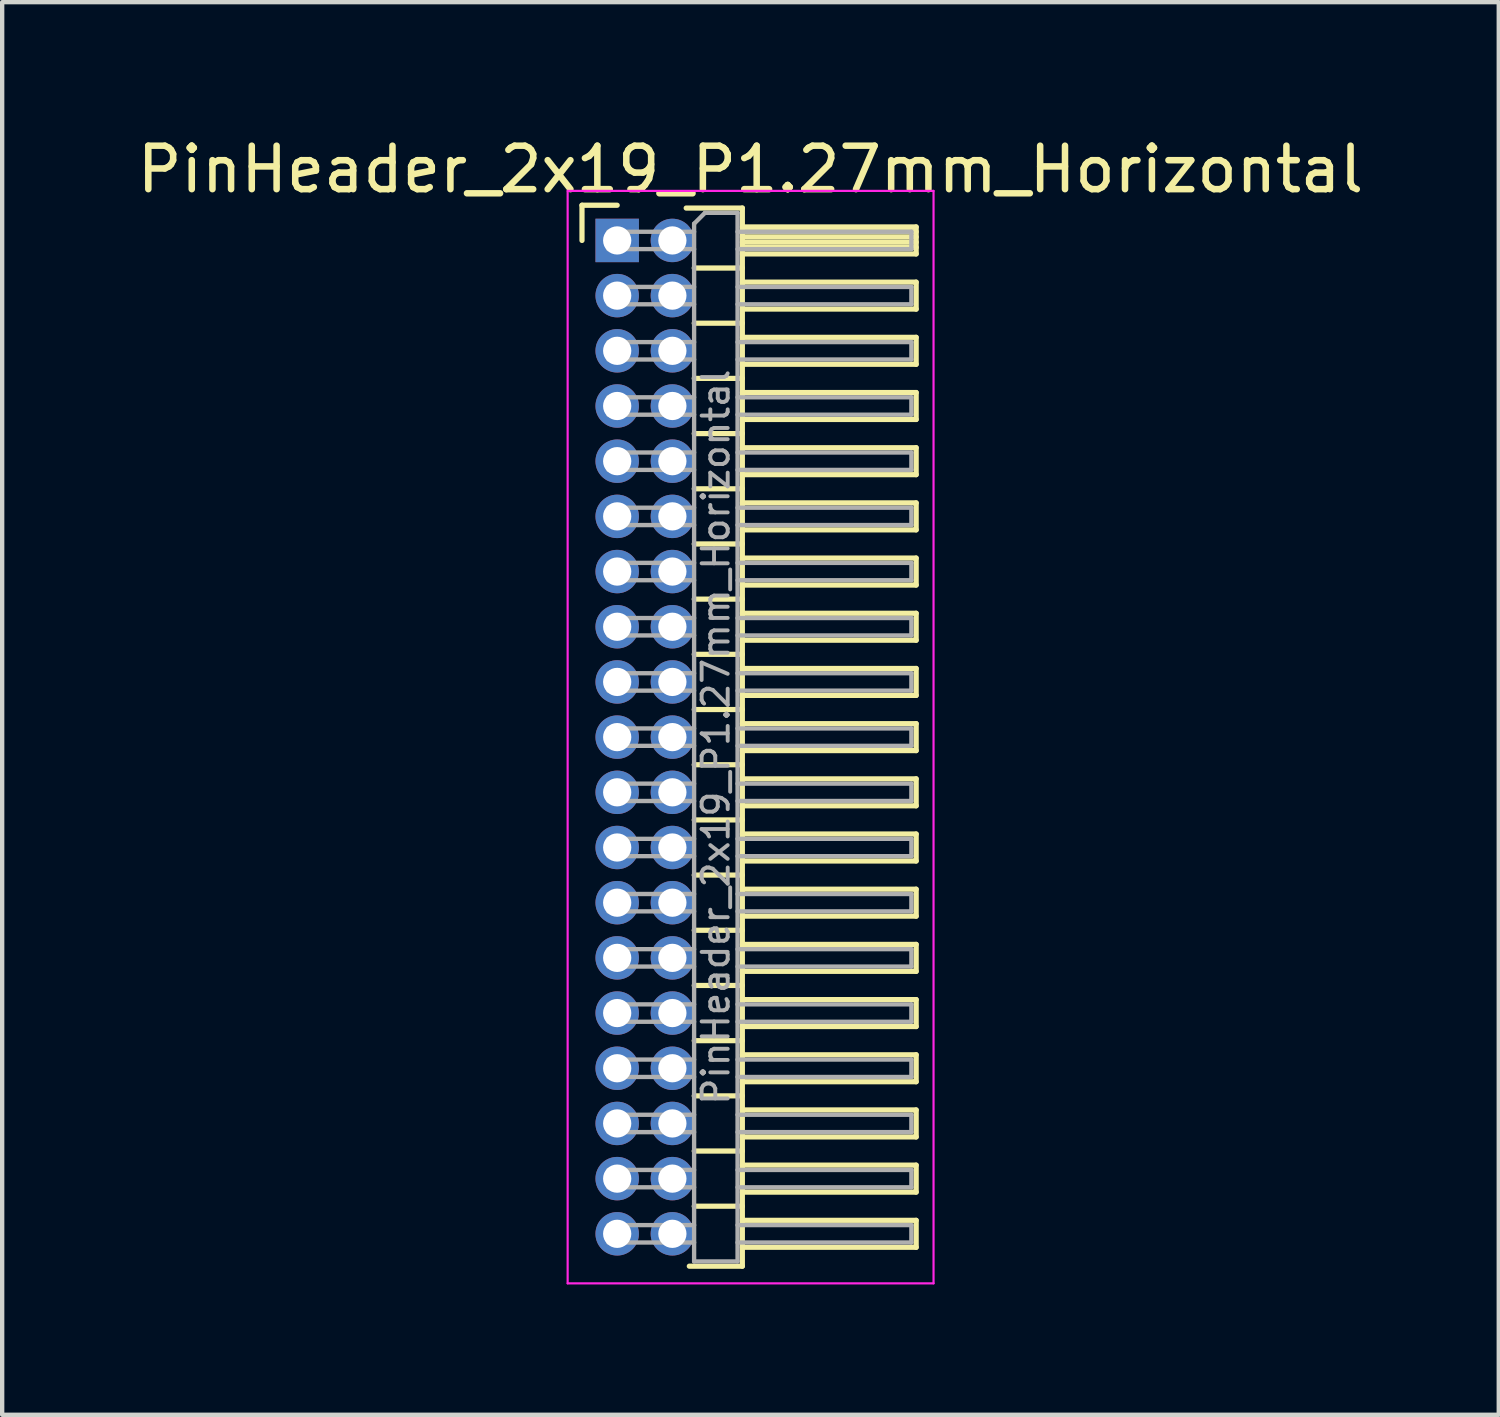
<source format=kicad_pcb>
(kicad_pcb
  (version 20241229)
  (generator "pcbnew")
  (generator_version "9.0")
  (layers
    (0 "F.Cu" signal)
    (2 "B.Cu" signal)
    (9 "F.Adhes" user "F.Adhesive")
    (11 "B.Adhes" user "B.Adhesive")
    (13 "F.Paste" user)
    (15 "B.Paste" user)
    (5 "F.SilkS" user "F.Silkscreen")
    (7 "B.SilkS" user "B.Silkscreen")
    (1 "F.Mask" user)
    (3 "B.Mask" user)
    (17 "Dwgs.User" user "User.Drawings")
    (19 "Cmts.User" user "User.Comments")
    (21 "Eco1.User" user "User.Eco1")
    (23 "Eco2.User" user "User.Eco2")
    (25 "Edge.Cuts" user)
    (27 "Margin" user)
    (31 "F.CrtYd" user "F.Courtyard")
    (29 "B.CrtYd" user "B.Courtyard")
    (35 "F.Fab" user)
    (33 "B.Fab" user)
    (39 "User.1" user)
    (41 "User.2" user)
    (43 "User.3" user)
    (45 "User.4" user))
  (footprint "PinHeader_2x19_P1.27mm_Horizontal"
    (layer "F.Cu")
    (at 11.153 2.483)
    (property "Reference" "PinHeader_2x19_P1.27mm_Horizontal" (at 3.067 -1.635 0) (layer "F.SilkS") (effects (font (size 1 1) (thickness 0.15))))
    (attr through_hole)
    (fp_line (start -0.81 -0.81) (end 0 -0.81) (stroke (width 0.12) (type solid)) (layer "F.SilkS"))
    (fp_line (start -0.81 0) (end -0.81 -0.81) (stroke (width 0.12) (type solid)) (layer "F.SilkS"))
    (fp_line (start 1.588 -0.745) (end 2.88 -0.745) (stroke (width 0.12) (type solid)) (layer "F.SilkS"))
    (fp_line (start 1.773 0.635) (end 2.88 0.635) (stroke (width 0.12) (type solid)) (layer "F.SilkS"))
    (fp_line (start 1.773 1.905) (end 2.88 1.905) (stroke (width 0.12) (type solid)) (layer "F.SilkS"))
    (fp_line (start 1.773 3.175) (end 2.88 3.175) (stroke (width 0.12) (type solid)) (layer "F.SilkS"))
    (fp_line (start 1.773 4.445) (end 2.88 4.445) (stroke (width 0.12) (type solid)) (layer "F.SilkS"))
    (fp_line (start 1.773 5.715) (end 2.88 5.715) (stroke (width 0.12) (type solid)) (layer "F.SilkS"))
    (fp_line (start 1.773 6.985) (end 2.88 6.985) (stroke (width 0.12) (type solid)) (layer "F.SilkS"))
    (fp_line (start 1.773 8.255) (end 2.88 8.255) (stroke (width 0.12) (type solid)) (layer "F.SilkS"))
    (fp_line (start 1.773 9.525) (end 2.88 9.525) (stroke (width 0.12) (type solid)) (layer "F.SilkS"))
    (fp_line (start 1.773 10.795) (end 2.88 10.795) (stroke (width 0.12) (type solid)) (layer "F.SilkS"))
    (fp_line (start 1.773 12.065) (end 2.88 12.065) (stroke (width 0.12) (type solid)) (layer "F.SilkS"))
    (fp_line (start 1.773 13.335) (end 2.88 13.335) (stroke (width 0.12) (type solid)) (layer "F.SilkS"))
    (fp_line (start 1.773 14.605) (end 2.88 14.605) (stroke (width 0.12) (type solid)) (layer "F.SilkS"))
    (fp_line (start 1.773 15.875) (end 2.88 15.875) (stroke (width 0.12) (type solid)) (layer "F.SilkS"))
    (fp_line (start 1.773 17.145) (end 2.88 17.145) (stroke (width 0.12) (type solid)) (layer "F.SilkS"))
    (fp_line (start 1.773 18.415) (end 2.88 18.415) (stroke (width 0.12) (type solid)) (layer "F.SilkS"))
    (fp_line (start 1.773 19.685) (end 2.88 19.685) (stroke (width 0.12) (type solid)) (layer "F.SilkS"))
    (fp_line (start 1.773 20.955) (end 2.88 20.955) (stroke (width 0.12) (type solid)) (layer "F.SilkS"))
    (fp_line (start 1.773 22.225) (end 2.88 22.225) (stroke (width 0.12) (type solid)) (layer "F.SilkS"))
    (fp_line (start 2.88 -0.745) (end 2.88 23.605) (stroke (width 0.12) (type solid)) (layer "F.SilkS"))
    (fp_line (start 2.88 -0.31) (end 6.88 -0.31) (stroke (width 0.12) (type solid)) (layer "F.SilkS"))
    (fp_line (start 2.88 -0.2) (end 6.88 -0.2) (stroke (width 0.12) (type solid)) (layer "F.SilkS"))
    (fp_line (start 2.88 -0.08) (end 6.88 -0.08) (stroke (width 0.12) (type solid)) (layer "F.SilkS"))
    (fp_line (start 2.88 0.04) (end 6.88 0.04) (stroke (width 0.12) (type solid)) (layer "F.SilkS"))
    (fp_line (start 2.88 0.16) (end 6.88 0.16) (stroke (width 0.12) (type solid)) (layer "F.SilkS"))
    (fp_line (start 2.88 0.96) (end 6.88 0.96) (stroke (width 0.12) (type solid)) (layer "F.SilkS"))
    (fp_line (start 2.88 2.23) (end 6.88 2.23) (stroke (width 0.12) (type solid)) (layer "F.SilkS"))
    (fp_line (start 2.88 3.5) (end 6.88 3.5) (stroke (width 0.12) (type solid)) (layer "F.SilkS"))
    (fp_line (start 2.88 4.77) (end 6.88 4.77) (stroke (width 0.12) (type solid)) (layer "F.SilkS"))
    (fp_line (start 2.88 6.04) (end 6.88 6.04) (stroke (width 0.12) (type solid)) (layer "F.SilkS"))
    (fp_line (start 2.88 7.31) (end 6.88 7.31) (stroke (width 0.12) (type solid)) (layer "F.SilkS"))
    (fp_line (start 2.88 8.58) (end 6.88 8.58) (stroke (width 0.12) (type solid)) (layer "F.SilkS"))
    (fp_line (start 2.88 9.85) (end 6.88 9.85) (stroke (width 0.12) (type solid)) (layer "F.SilkS"))
    (fp_line (start 2.88 11.12) (end 6.88 11.12) (stroke (width 0.12) (type solid)) (layer "F.SilkS"))
    (fp_line (start 2.88 12.39) (end 6.88 12.39) (stroke (width 0.12) (type solid)) (layer "F.SilkS"))
    (fp_line (start 2.88 13.66) (end 6.88 13.66) (stroke (width 0.12) (type solid)) (layer "F.SilkS"))
    (fp_line (start 2.88 14.93) (end 6.88 14.93) (stroke (width 0.12) (type solid)) (layer "F.SilkS"))
    (fp_line (start 2.88 16.2) (end 6.88 16.2) (stroke (width 0.12) (type solid)) (layer "F.SilkS"))
    (fp_line (start 2.88 17.47) (end 6.88 17.47) (stroke (width 0.12) (type solid)) (layer "F.SilkS"))
    (fp_line (start 2.88 18.74) (end 6.88 18.74) (stroke (width 0.12) (type solid)) (layer "F.SilkS"))
    (fp_line (start 2.88 20.01) (end 6.88 20.01) (stroke (width 0.12) (type solid)) (layer "F.SilkS"))
    (fp_line (start 2.88 21.28) (end 6.88 21.28) (stroke (width 0.12) (type solid)) (layer "F.SilkS"))
    (fp_line (start 2.88 22.55) (end 6.88 22.55) (stroke (width 0.12) (type solid)) (layer "F.SilkS"))
    (fp_line (start 2.88 23.605) (end 1.66 23.605) (stroke (width 0.12) (type solid)) (layer "F.SilkS"))
    (fp_line (start 6.88 -0.31) (end 6.88 0.31) (stroke (width 0.12) (type solid)) (layer "F.SilkS"))
    (fp_line (start 6.88 0.31) (end 2.88 0.31) (stroke (width 0.12) (type solid)) (layer "F.SilkS"))
    (fp_line (start 6.88 0.96) (end 6.88 1.58) (stroke (width 0.12) (type solid)) (layer "F.SilkS"))
    (fp_line (start 6.88 1.58) (end 2.88 1.58) (stroke (width 0.12) (type solid)) (layer "F.SilkS"))
    (fp_line (start 6.88 2.23) (end 6.88 2.85) (stroke (width 0.12) (type solid)) (layer "F.SilkS"))
    (fp_line (start 6.88 2.85) (end 2.88 2.85) (stroke (width 0.12) (type solid)) (layer "F.SilkS"))
    (fp_line (start 6.88 3.5) (end 6.88 4.12) (stroke (width 0.12) (type solid)) (layer "F.SilkS"))
    (fp_line (start 6.88 4.12) (end 2.88 4.12) (stroke (width 0.12) (type solid)) (layer "F.SilkS"))
    (fp_line (start 6.88 4.77) (end 6.88 5.39) (stroke (width 0.12) (type solid)) (layer "F.SilkS"))
    (fp_line (start 6.88 5.39) (end 2.88 5.39) (stroke (width 0.12) (type solid)) (layer "F.SilkS"))
    (fp_line (start 6.88 6.04) (end 6.88 6.66) (stroke (width 0.12) (type solid)) (layer "F.SilkS"))
    (fp_line (start 6.88 6.66) (end 2.88 6.66) (stroke (width 0.12) (type solid)) (layer "F.SilkS"))
    (fp_line (start 6.88 7.31) (end 6.88 7.93) (stroke (width 0.12) (type solid)) (layer "F.SilkS"))
    (fp_line (start 6.88 7.93) (end 2.88 7.93) (stroke (width 0.12) (type solid)) (layer "F.SilkS"))
    (fp_line (start 6.88 8.58) (end 6.88 9.2) (stroke (width 0.12) (type solid)) (layer "F.SilkS"))
    (fp_line (start 6.88 9.2) (end 2.88 9.2) (stroke (width 0.12) (type solid)) (layer "F.SilkS"))
    (fp_line (start 6.88 9.85) (end 6.88 10.47) (stroke (width 0.12) (type solid)) (layer "F.SilkS"))
    (fp_line (start 6.88 10.47) (end 2.88 10.47) (stroke (width 0.12) (type solid)) (layer "F.SilkS"))
    (fp_line (start 6.88 11.12) (end 6.88 11.74) (stroke (width 0.12) (type solid)) (layer "F.SilkS"))
    (fp_line (start 6.88 11.74) (end 2.88 11.74) (stroke (width 0.12) (type solid)) (layer "F.SilkS"))
    (fp_line (start 6.88 12.39) (end 6.88 13.01) (stroke (width 0.12) (type solid)) (layer "F.SilkS"))
    (fp_line (start 6.88 13.01) (end 2.88 13.01) (stroke (width 0.12) (type solid)) (layer "F.SilkS"))
    (fp_line (start 6.88 13.66) (end 6.88 14.28) (stroke (width 0.12) (type solid)) (layer "F.SilkS"))
    (fp_line (start 6.88 14.28) (end 2.88 14.28) (stroke (width 0.12) (type solid)) (layer "F.SilkS"))
    (fp_line (start 6.88 14.93) (end 6.88 15.55) (stroke (width 0.12) (type solid)) (layer "F.SilkS"))
    (fp_line (start 6.88 15.55) (end 2.88 15.55) (stroke (width 0.12) (type solid)) (layer "F.SilkS"))
    (fp_line (start 6.88 16.2) (end 6.88 16.82) (stroke (width 0.12) (type solid)) (layer "F.SilkS"))
    (fp_line (start 6.88 16.82) (end 2.88 16.82) (stroke (width 0.12) (type solid)) (layer "F.SilkS"))
    (fp_line (start 6.88 17.47) (end 6.88 18.09) (stroke (width 0.12) (type solid)) (layer "F.SilkS"))
    (fp_line (start 6.88 18.09) (end 2.88 18.09) (stroke (width 0.12) (type solid)) (layer "F.SilkS"))
    (fp_line (start 6.88 18.74) (end 6.88 19.36) (stroke (width 0.12) (type solid)) (layer "F.SilkS"))
    (fp_line (start 6.88 19.36) (end 2.88 19.36) (stroke (width 0.12) (type solid)) (layer "F.SilkS"))
    (fp_line (start 6.88 20.01) (end 6.88 20.63) (stroke (width 0.12) (type solid)) (layer "F.SilkS"))
    (fp_line (start 6.88 20.63) (end 2.88 20.63) (stroke (width 0.12) (type solid)) (layer "F.SilkS"))
    (fp_line (start 6.88 21.28) (end 6.88 21.9) (stroke (width 0.12) (type solid)) (layer "F.SilkS"))
    (fp_line (start 6.88 21.9) (end 2.88 21.9) (stroke (width 0.12) (type solid)) (layer "F.SilkS"))
    (fp_line (start 6.88 22.55) (end 6.88 23.17) (stroke (width 0.12) (type solid)) (layer "F.SilkS"))
    (fp_line (start 6.88 23.17) (end 2.88 23.17) (stroke (width 0.12) (type solid)) (layer "F.SilkS"))
    (fp_line (start -1.14 -1.14) (end -1.14 24) (stroke (width 0.05) (type solid)) (layer "F.CrtYd"))
    (fp_line (start -1.14 24) (end 7.28 24) (stroke (width 0.05) (type solid)) (layer "F.CrtYd"))
    (fp_line (start 7.28 -1.14) (end -1.14 -1.14) (stroke (width 0.05) (type solid)) (layer "F.CrtYd"))
    (fp_line (start 7.28 24) (end 7.28 -1.14) (stroke (width 0.05) (type solid)) (layer "F.CrtYd"))
    (fp_line (start -0.2 -0.2) (end -0.2 0.2) (stroke (width 0.1) (type solid)) (layer "F.Fab"))
    (fp_line (start -0.2 -0.2) (end 1.77 -0.2) (stroke (width 0.1) (type solid)) (layer "F.Fab"))
    (fp_line (start -0.2 0.2) (end 1.77 0.2) (stroke (width 0.1) (type solid)) (layer "F.Fab"))
    (fp_line (start -0.2 1.07) (end -0.2 1.47) (stroke (width 0.1) (type solid)) (layer "F.Fab"))
    (fp_line (start -0.2 1.07) (end 1.77 1.07) (stroke (width 0.1) (type solid)) (layer "F.Fab"))
    (fp_line (start -0.2 1.47) (end 1.77 1.47) (stroke (width 0.1) (type solid)) (layer "F.Fab"))
    (fp_line (start -0.2 2.34) (end -0.2 2.74) (stroke (width 0.1) (type solid)) (layer "F.Fab"))
    (fp_line (start -0.2 2.34) (end 1.77 2.34) (stroke (width 0.1) (type solid)) (layer "F.Fab"))
    (fp_line (start -0.2 2.74) (end 1.77 2.74) (stroke (width 0.1) (type solid)) (layer "F.Fab"))
    (fp_line (start -0.2 3.61) (end -0.2 4.01) (stroke (width 0.1) (type solid)) (layer "F.Fab"))
    (fp_line (start -0.2 3.61) (end 1.77 3.61) (stroke (width 0.1) (type solid)) (layer "F.Fab"))
    (fp_line (start -0.2 4.01) (end 1.77 4.01) (stroke (width 0.1) (type solid)) (layer "F.Fab"))
    (fp_line (start -0.2 4.88) (end -0.2 5.28) (stroke (width 0.1) (type solid)) (layer "F.Fab"))
    (fp_line (start -0.2 4.88) (end 1.77 4.88) (stroke (width 0.1) (type solid)) (layer "F.Fab"))
    (fp_line (start -0.2 5.28) (end 1.77 5.28) (stroke (width 0.1) (type solid)) (layer "F.Fab"))
    (fp_line (start -0.2 6.15) (end -0.2 6.55) (stroke (width 0.1) (type solid)) (layer "F.Fab"))
    (fp_line (start -0.2 6.15) (end 1.77 6.15) (stroke (width 0.1) (type solid)) (layer "F.Fab"))
    (fp_line (start -0.2 6.55) (end 1.77 6.55) (stroke (width 0.1) (type solid)) (layer "F.Fab"))
    (fp_line (start -0.2 7.42) (end -0.2 7.82) (stroke (width 0.1) (type solid)) (layer "F.Fab"))
    (fp_line (start -0.2 7.42) (end 1.77 7.42) (stroke (width 0.1) (type solid)) (layer "F.Fab"))
    (fp_line (start -0.2 7.82) (end 1.77 7.82) (stroke (width 0.1) (type solid)) (layer "F.Fab"))
    (fp_line (start -0.2 8.69) (end -0.2 9.09) (stroke (width 0.1) (type solid)) (layer "F.Fab"))
    (fp_line (start -0.2 8.69) (end 1.77 8.69) (stroke (width 0.1) (type solid)) (layer "F.Fab"))
    (fp_line (start -0.2 9.09) (end 1.77 9.09) (stroke (width 0.1) (type solid)) (layer "F.Fab"))
    (fp_line (start -0.2 9.96) (end -0.2 10.36) (stroke (width 0.1) (type solid)) (layer "F.Fab"))
    (fp_line (start -0.2 9.96) (end 1.77 9.96) (stroke (width 0.1) (type solid)) (layer "F.Fab"))
    (fp_line (start -0.2 10.36) (end 1.77 10.36) (stroke (width 0.1) (type solid)) (layer "F.Fab"))
    (fp_line (start -0.2 11.23) (end -0.2 11.63) (stroke (width 0.1) (type solid)) (layer "F.Fab"))
    (fp_line (start -0.2 11.23) (end 1.77 11.23) (stroke (width 0.1) (type solid)) (layer "F.Fab"))
    (fp_line (start -0.2 11.63) (end 1.77 11.63) (stroke (width 0.1) (type solid)) (layer "F.Fab"))
    (fp_line (start -0.2 12.5) (end -0.2 12.9) (stroke (width 0.1) (type solid)) (layer "F.Fab"))
    (fp_line (start -0.2 12.5) (end 1.77 12.5) (stroke (width 0.1) (type solid)) (layer "F.Fab"))
    (fp_line (start -0.2 12.9) (end 1.77 12.9) (stroke (width 0.1) (type solid)) (layer "F.Fab"))
    (fp_line (start -0.2 13.77) (end -0.2 14.17) (stroke (width 0.1) (type solid)) (layer "F.Fab"))
    (fp_line (start -0.2 13.77) (end 1.77 13.77) (stroke (width 0.1) (type solid)) (layer "F.Fab"))
    (fp_line (start -0.2 14.17) (end 1.77 14.17) (stroke (width 0.1) (type solid)) (layer "F.Fab"))
    (fp_line (start -0.2 15.04) (end -0.2 15.44) (stroke (width 0.1) (type solid)) (layer "F.Fab"))
    (fp_line (start -0.2 15.04) (end 1.77 15.04) (stroke (width 0.1) (type solid)) (layer "F.Fab"))
    (fp_line (start -0.2 15.44) (end 1.77 15.44) (stroke (width 0.1) (type solid)) (layer "F.Fab"))
    (fp_line (start -0.2 16.31) (end -0.2 16.71) (stroke (width 0.1) (type solid)) (layer "F.Fab"))
    (fp_line (start -0.2 16.31) (end 1.77 16.31) (stroke (width 0.1) (type solid)) (layer "F.Fab"))
    (fp_line (start -0.2 16.71) (end 1.77 16.71) (stroke (width 0.1) (type solid)) (layer "F.Fab"))
    (fp_line (start -0.2 17.58) (end -0.2 17.98) (stroke (width 0.1) (type solid)) (layer "F.Fab"))
    (fp_line (start -0.2 17.58) (end 1.77 17.58) (stroke (width 0.1) (type solid)) (layer "F.Fab"))
    (fp_line (start -0.2 17.98) (end 1.77 17.98) (stroke (width 0.1) (type solid)) (layer "F.Fab"))
    (fp_line (start -0.2 18.85) (end -0.2 19.25) (stroke (width 0.1) (type solid)) (layer "F.Fab"))
    (fp_line (start -0.2 18.85) (end 1.77 18.85) (stroke (width 0.1) (type solid)) (layer "F.Fab"))
    (fp_line (start -0.2 19.25) (end 1.77 19.25) (stroke (width 0.1) (type solid)) (layer "F.Fab"))
    (fp_line (start -0.2 20.12) (end -0.2 20.52) (stroke (width 0.1) (type solid)) (layer "F.Fab"))
    (fp_line (start -0.2 20.12) (end 1.77 20.12) (stroke (width 0.1) (type solid)) (layer "F.Fab"))
    (fp_line (start -0.2 20.52) (end 1.77 20.52) (stroke (width 0.1) (type solid)) (layer "F.Fab"))
    (fp_line (start -0.2 21.39) (end -0.2 21.79) (stroke (width 0.1) (type solid)) (layer "F.Fab"))
    (fp_line (start -0.2 21.39) (end 1.77 21.39) (stroke (width 0.1) (type solid)) (layer "F.Fab"))
    (fp_line (start -0.2 21.79) (end 1.77 21.79) (stroke (width 0.1) (type solid)) (layer "F.Fab"))
    (fp_line (start -0.2 22.66) (end -0.2 23.06) (stroke (width 0.1) (type solid)) (layer "F.Fab"))
    (fp_line (start -0.2 22.66) (end 1.77 22.66) (stroke (width 0.1) (type solid)) (layer "F.Fab"))
    (fp_line (start -0.2 23.06) (end 1.77 23.06) (stroke (width 0.1) (type solid)) (layer "F.Fab"))
    (fp_line (start 1.77 -0.385) (end 2.02 -0.635) (stroke (width 0.1) (type solid)) (layer "F.Fab"))
    (fp_line (start 1.77 23.495) (end 1.77 -0.385) (stroke (width 0.1) (type solid)) (layer "F.Fab"))
    (fp_line (start 2.02 -0.635) (end 2.77 -0.635) (stroke (width 0.1) (type solid)) (layer "F.Fab"))
    (fp_line (start 2.77 -0.635) (end 2.77 23.495) (stroke (width 0.1) (type solid)) (layer "F.Fab"))
    (fp_line (start 2.77 -0.2) (end 6.77 -0.2) (stroke (width 0.1) (type solid)) (layer "F.Fab"))
    (fp_line (start 2.77 0.2) (end 6.77 0.2) (stroke (width 0.1) (type solid)) (layer "F.Fab"))
    (fp_line (start 2.77 1.07) (end 6.77 1.07) (stroke (width 0.1) (type solid)) (layer "F.Fab"))
    (fp_line (start 2.77 1.47) (end 6.77 1.47) (stroke (width 0.1) (type solid)) (layer "F.Fab"))
    (fp_line (start 2.77 2.34) (end 6.77 2.34) (stroke (width 0.1) (type solid)) (layer "F.Fab"))
    (fp_line (start 2.77 2.74) (end 6.77 2.74) (stroke (width 0.1) (type solid)) (layer "F.Fab"))
    (fp_line (start 2.77 3.61) (end 6.77 3.61) (stroke (width 0.1) (type solid)) (layer "F.Fab"))
    (fp_line (start 2.77 4.01) (end 6.77 4.01) (stroke (width 0.1) (type solid)) (layer "F.Fab"))
    (fp_line (start 2.77 4.88) (end 6.77 4.88) (stroke (width 0.1) (type solid)) (layer "F.Fab"))
    (fp_line (start 2.77 5.28) (end 6.77 5.28) (stroke (width 0.1) (type solid)) (layer "F.Fab"))
    (fp_line (start 2.77 6.15) (end 6.77 6.15) (stroke (width 0.1) (type solid)) (layer "F.Fab"))
    (fp_line (start 2.77 6.55) (end 6.77 6.55) (stroke (width 0.1) (type solid)) (layer "F.Fab"))
    (fp_line (start 2.77 7.42) (end 6.77 7.42) (stroke (width 0.1) (type solid)) (layer "F.Fab"))
    (fp_line (start 2.77 7.82) (end 6.77 7.82) (stroke (width 0.1) (type solid)) (layer "F.Fab"))
    (fp_line (start 2.77 8.69) (end 6.77 8.69) (stroke (width 0.1) (type solid)) (layer "F.Fab"))
    (fp_line (start 2.77 9.09) (end 6.77 9.09) (stroke (width 0.1) (type solid)) (layer "F.Fab"))
    (fp_line (start 2.77 9.96) (end 6.77 9.96) (stroke (width 0.1) (type solid)) (layer "F.Fab"))
    (fp_line (start 2.77 10.36) (end 6.77 10.36) (stroke (width 0.1) (type solid)) (layer "F.Fab"))
    (fp_line (start 2.77 11.23) (end 6.77 11.23) (stroke (width 0.1) (type solid)) (layer "F.Fab"))
    (fp_line (start 2.77 11.63) (end 6.77 11.63) (stroke (width 0.1) (type solid)) (layer "F.Fab"))
    (fp_line (start 2.77 12.5) (end 6.77 12.5) (stroke (width 0.1) (type solid)) (layer "F.Fab"))
    (fp_line (start 2.77 12.9) (end 6.77 12.9) (stroke (width 0.1) (type solid)) (layer "F.Fab"))
    (fp_line (start 2.77 13.77) (end 6.77 13.77) (stroke (width 0.1) (type solid)) (layer "F.Fab"))
    (fp_line (start 2.77 14.17) (end 6.77 14.17) (stroke (width 0.1) (type solid)) (layer "F.Fab"))
    (fp_line (start 2.77 15.04) (end 6.77 15.04) (stroke (width 0.1) (type solid)) (layer "F.Fab"))
    (fp_line (start 2.77 15.44) (end 6.77 15.44) (stroke (width 0.1) (type solid)) (layer "F.Fab"))
    (fp_line (start 2.77 16.31) (end 6.77 16.31) (stroke (width 0.1) (type solid)) (layer "F.Fab"))
    (fp_line (start 2.77 16.71) (end 6.77 16.71) (stroke (width 0.1) (type solid)) (layer "F.Fab"))
    (fp_line (start 2.77 17.58) (end 6.77 17.58) (stroke (width 0.1) (type solid)) (layer "F.Fab"))
    (fp_line (start 2.77 17.98) (end 6.77 17.98) (stroke (width 0.1) (type solid)) (layer "F.Fab"))
    (fp_line (start 2.77 18.85) (end 6.77 18.85) (stroke (width 0.1) (type solid)) (layer "F.Fab"))
    (fp_line (start 2.77 19.25) (end 6.77 19.25) (stroke (width 0.1) (type solid)) (layer "F.Fab"))
    (fp_line (start 2.77 20.12) (end 6.77 20.12) (stroke (width 0.1) (type solid)) (layer "F.Fab"))
    (fp_line (start 2.77 20.52) (end 6.77 20.52) (stroke (width 0.1) (type solid)) (layer "F.Fab"))
    (fp_line (start 2.77 21.39) (end 6.77 21.39) (stroke (width 0.1) (type solid)) (layer "F.Fab"))
    (fp_line (start 2.77 21.79) (end 6.77 21.79) (stroke (width 0.1) (type solid)) (layer "F.Fab"))
    (fp_line (start 2.77 22.66) (end 6.77 22.66) (stroke (width 0.1) (type solid)) (layer "F.Fab"))
    (fp_line (start 2.77 23.06) (end 6.77 23.06) (stroke (width 0.1) (type solid)) (layer "F.Fab"))
    (fp_line (start 2.77 23.495) (end 1.77 23.495) (stroke (width 0.1) (type solid)) (layer "F.Fab"))
    (fp_line (start 6.77 -0.2) (end 6.77 0.2) (stroke (width 0.1) (type solid)) (layer "F.Fab"))
    (fp_line (start 6.77 1.07) (end 6.77 1.47) (stroke (width 0.1) (type solid)) (layer "F.Fab"))
    (fp_line (start 6.77 2.34) (end 6.77 2.74) (stroke (width 0.1) (type solid)) (layer "F.Fab"))
    (fp_line (start 6.77 3.61) (end 6.77 4.01) (stroke (width 0.1) (type solid)) (layer "F.Fab"))
    (fp_line (start 6.77 4.88) (end 6.77 5.28) (stroke (width 0.1) (type solid)) (layer "F.Fab"))
    (fp_line (start 6.77 6.15) (end 6.77 6.55) (stroke (width 0.1) (type solid)) (layer "F.Fab"))
    (fp_line (start 6.77 7.42) (end 6.77 7.82) (stroke (width 0.1) (type solid)) (layer "F.Fab"))
    (fp_line (start 6.77 8.69) (end 6.77 9.09) (stroke (width 0.1) (type solid)) (layer "F.Fab"))
    (fp_line (start 6.77 9.96) (end 6.77 10.36) (stroke (width 0.1) (type solid)) (layer "F.Fab"))
    (fp_line (start 6.77 11.23) (end 6.77 11.63) (stroke (width 0.1) (type solid)) (layer "F.Fab"))
    (fp_line (start 6.77 12.5) (end 6.77 12.9) (stroke (width 0.1) (type solid)) (layer "F.Fab"))
    (fp_line (start 6.77 13.77) (end 6.77 14.17) (stroke (width 0.1) (type solid)) (layer "F.Fab"))
    (fp_line (start 6.77 15.04) (end 6.77 15.44) (stroke (width 0.1) (type solid)) (layer "F.Fab"))
    (fp_line (start 6.77 16.31) (end 6.77 16.71) (stroke (width 0.1) (type solid)) (layer "F.Fab"))
    (fp_line (start 6.77 17.58) (end 6.77 17.98) (stroke (width 0.1) (type solid)) (layer "F.Fab"))
    (fp_line (start 6.77 18.85) (end 6.77 19.25) (stroke (width 0.1) (type solid)) (layer "F.Fab"))
    (fp_line (start 6.77 20.12) (end 6.77 20.52) (stroke (width 0.1) (type solid)) (layer "F.Fab"))
    (fp_line (start 6.77 21.39) (end 6.77 21.79) (stroke (width 0.1) (type solid)) (layer "F.Fab"))
    (fp_line (start 6.77 22.66) (end 6.77 23.06) (stroke (width 0.1) (type solid)) (layer "F.Fab"))
    (fp_text user "${REFERENCE}" (at 2.27 11.43 90) (layer "F.Fab") (effects (font (size 0.6 0.6) (thickness 0.09))))
    (pad "1" thru_hole rect (at 0 0) (size 1 1) (drill 0.65) (layers "*.Cu" "*.Mask"))
    (pad "2" thru_hole circle (at 1.27 0) (size 1 1) (drill 0.65) (layers "*.Cu" "*.Mask"))
    (pad "3" thru_hole circle (at 0 1.27) (size 1 1) (drill 0.65) (layers "*.Cu" "*.Mask"))
    (pad "4" thru_hole circle (at 1.27 1.27) (size 1 1) (drill 0.65) (layers "*.Cu" "*.Mask"))
    (pad "5" thru_hole circle (at 0 2.54) (size 1 1) (drill 0.65) (layers "*.Cu" "*.Mask"))
    (pad "6" thru_hole circle (at 1.27 2.54) (size 1 1) (drill 0.65) (layers "*.Cu" "*.Mask"))
    (pad "7" thru_hole circle (at 0 3.81) (size 1 1) (drill 0.65) (layers "*.Cu" "*.Mask"))
    (pad "8" thru_hole circle (at 1.27 3.81) (size 1 1) (drill 0.65) (layers "*.Cu" "*.Mask"))
    (pad "9" thru_hole circle (at 0 5.08) (size 1 1) (drill 0.65) (layers "*.Cu" "*.Mask"))
    (pad "10" thru_hole circle (at 1.27 5.08) (size 1 1) (drill 0.65) (layers "*.Cu" "*.Mask"))
    (pad "11" thru_hole circle (at 0 6.35) (size 1 1) (drill 0.65) (layers "*.Cu" "*.Mask"))
    (pad "12" thru_hole circle (at 1.27 6.35) (size 1 1) (drill 0.65) (layers "*.Cu" "*.Mask"))
    (pad "13" thru_hole circle (at 0 7.62) (size 1 1) (drill 0.65) (layers "*.Cu" "*.Mask"))
    (pad "14" thru_hole circle (at 1.27 7.62) (size 1 1) (drill 0.65) (layers "*.Cu" "*.Mask"))
    (pad "15" thru_hole circle (at 0 8.89) (size 1 1) (drill 0.65) (layers "*.Cu" "*.Mask"))
    (pad "16" thru_hole circle (at 1.27 8.89) (size 1 1) (drill 0.65) (layers "*.Cu" "*.Mask"))
    (pad "17" thru_hole circle (at 0 10.16) (size 1 1) (drill 0.65) (layers "*.Cu" "*.Mask"))
    (pad "18" thru_hole circle (at 1.27 10.16) (size 1 1) (drill 0.65) (layers "*.Cu" "*.Mask"))
    (pad "19" thru_hole circle (at 0 11.43) (size 1 1) (drill 0.65) (layers "*.Cu" "*.Mask"))
    (pad "20" thru_hole circle (at 1.27 11.43) (size 1 1) (drill 0.65) (layers "*.Cu" "*.Mask"))
    (pad "21" thru_hole circle (at 0 12.7) (size 1 1) (drill 0.65) (layers "*.Cu" "*.Mask"))
    (pad "22" thru_hole circle (at 1.27 12.7) (size 1 1) (drill 0.65) (layers "*.Cu" "*.Mask"))
    (pad "23" thru_hole circle (at 0 13.97) (size 1 1) (drill 0.65) (layers "*.Cu" "*.Mask"))
    (pad "24" thru_hole circle (at 1.27 13.97) (size 1 1) (drill 0.65) (layers "*.Cu" "*.Mask"))
    (pad "25" thru_hole circle (at 0 15.24) (size 1 1) (drill 0.65) (layers "*.Cu" "*.Mask"))
    (pad "26" thru_hole circle (at 1.27 15.24) (size 1 1) (drill 0.65) (layers "*.Cu" "*.Mask"))
    (pad "27" thru_hole circle (at 0 16.51) (size 1 1) (drill 0.65) (layers "*.Cu" "*.Mask"))
    (pad "28" thru_hole circle (at 1.27 16.51) (size 1 1) (drill 0.65) (layers "*.Cu" "*.Mask"))
    (pad "29" thru_hole circle (at 0 17.78) (size 1 1) (drill 0.65) (layers "*.Cu" "*.Mask"))
    (pad "30" thru_hole circle (at 1.27 17.78) (size 1 1) (drill 0.65) (layers "*.Cu" "*.Mask"))
    (pad "31" thru_hole circle (at 0 19.05) (size 1 1) (drill 0.65) (layers "*.Cu" "*.Mask"))
    (pad "32" thru_hole circle (at 1.27 19.05) (size 1 1) (drill 0.65) (layers "*.Cu" "*.Mask"))
    (pad "33" thru_hole circle (at 0 20.32) (size 1 1) (drill 0.65) (layers "*.Cu" "*.Mask"))
    (pad "34" thru_hole circle (at 1.27 20.32) (size 1 1) (drill 0.65) (layers "*.Cu" "*.Mask"))
    (pad "35" thru_hole circle (at 0 21.59) (size 1 1) (drill 0.65) (layers "*.Cu" "*.Mask"))
    (pad "36" thru_hole circle (at 1.27 21.59) (size 1 1) (drill 0.65) (layers "*.Cu" "*.Mask"))
    (pad "37" thru_hole circle (at 0 22.86) (size 1 1) (drill 0.65) (layers "*.Cu" "*.Mask"))
    (pad "38" thru_hole circle (at 1.27 22.86) (size 1 1) (drill 0.65) (layers "*.Cu" "*.Mask")))
  (gr_rect
    (start -3 -3)
    (end 31.44 29.508)
    (stroke (width 0.1) (type default))
    (fill no)
    (layer "Edge.Cuts")))
</source>
